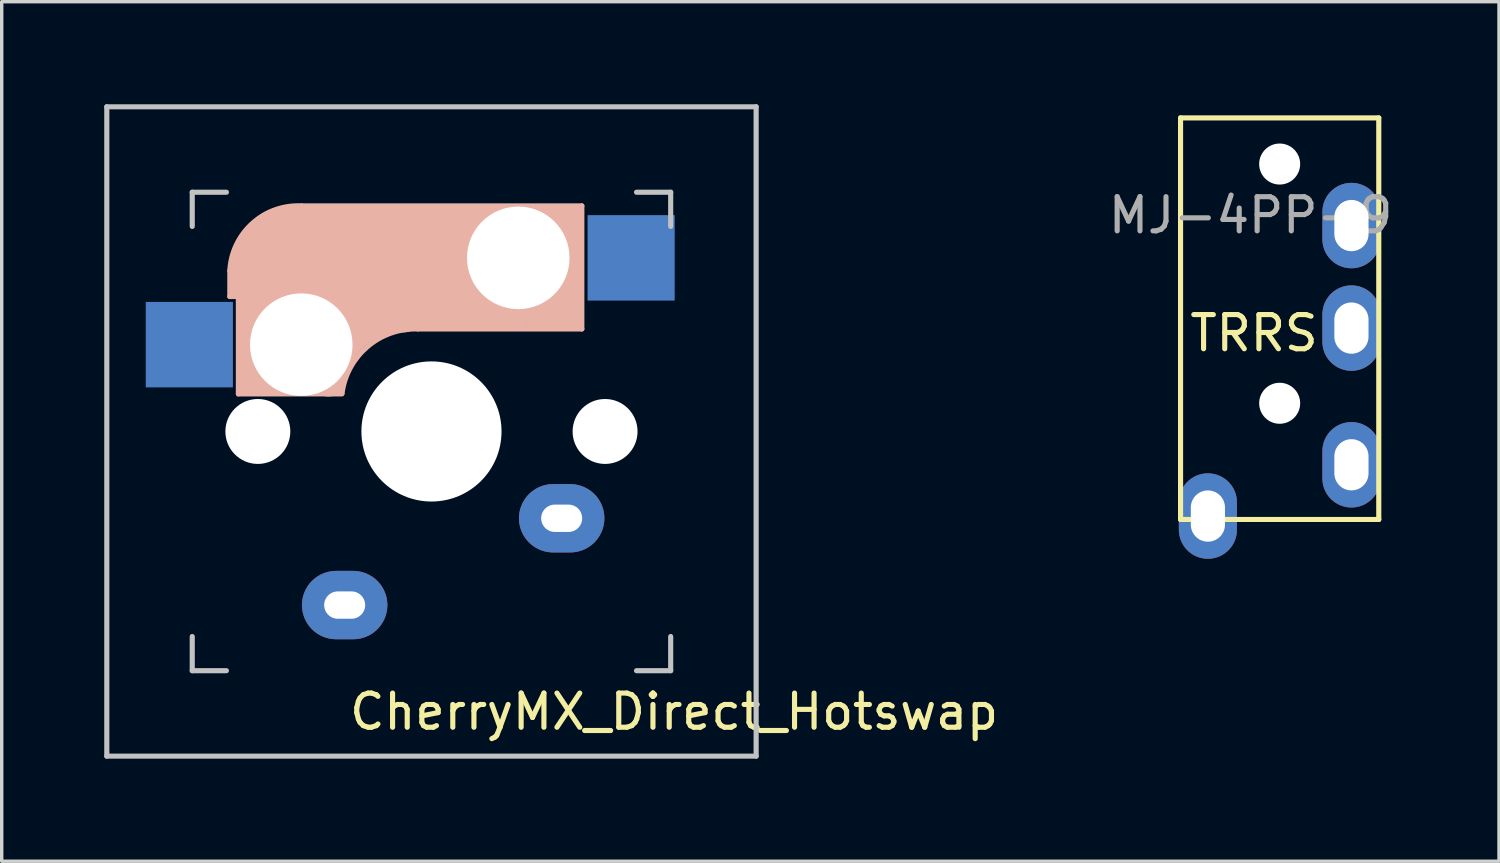
<source format=kicad_pcb>
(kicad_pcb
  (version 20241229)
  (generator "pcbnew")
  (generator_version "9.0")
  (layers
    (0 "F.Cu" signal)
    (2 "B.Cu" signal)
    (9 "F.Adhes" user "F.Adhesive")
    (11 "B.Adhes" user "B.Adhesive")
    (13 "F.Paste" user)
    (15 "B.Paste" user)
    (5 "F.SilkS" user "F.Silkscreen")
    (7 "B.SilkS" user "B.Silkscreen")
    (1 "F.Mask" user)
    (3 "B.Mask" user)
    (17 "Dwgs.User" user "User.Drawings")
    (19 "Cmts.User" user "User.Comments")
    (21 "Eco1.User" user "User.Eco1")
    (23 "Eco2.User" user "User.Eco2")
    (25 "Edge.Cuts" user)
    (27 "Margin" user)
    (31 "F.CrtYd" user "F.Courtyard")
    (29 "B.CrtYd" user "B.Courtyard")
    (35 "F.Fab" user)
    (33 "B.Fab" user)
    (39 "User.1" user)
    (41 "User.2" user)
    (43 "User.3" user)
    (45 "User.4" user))
  (footprint "CherryMX_Direct_Hotswap"
    (layer "F.Cu")
    (at 9.575 9.575)
    (property "Reference" "CherryMX_Direct_Hotswap" (at 7.1 8.2 0) (layer "F.SilkS") (effects (font (size 1 1) (thickness 0.15))))
    (attr through_hole)
    (fp_line (start -5.9 -4.7) (end -5.9 -3.95) (stroke (width 0.15) (type solid)) (layer "B.SilkS"))
    (fp_line (start -5.9 -3.95) (end -5.7 -3.95) (stroke (width 0.15) (type solid)) (layer "B.SilkS"))
    (fp_line (start -5.8 -4.05) (end -5.8 -4.7) (stroke (width 0.3) (type solid)) (layer "B.SilkS"))
    (fp_line (start -5.65 -5.55) (end -5.65 -1.1) (stroke (width 0.15) (type solid)) (layer "B.SilkS"))
    (fp_line (start -5.65 -1.1) (end -2.62 -1.1) (stroke (width 0.15) (type solid)) (layer "B.SilkS"))
    (fp_line (start -5.45 -1.3) (end -3 -1.3) (stroke (width 0.5) (type solid)) (layer "B.SilkS"))
    (fp_line (start -5.3 -1.6) (end -5.3 -3.4) (stroke (width 0.8) (type solid)) (layer "B.SilkS"))
    (fp_line (start -4.17 -5.1) (end -4.17 -2.86) (stroke (width 3) (type solid)) (layer "B.SilkS"))
    (fp_line (start -0.4 -3) (end 4.4 -3) (stroke (width 0.15) (type solid)) (layer "B.SilkS"))
    (fp_line (start 2.6 -4.8) (end -4.1 -4.8) (stroke (width 3.5) (type solid)) (layer "B.SilkS"))
    (fp_line (start 3.9 -6) (end 3.9 -3.5) (stroke (width 1) (type solid)) (layer "B.SilkS"))
    (fp_line (start 4.2 -3.25) (end 2.9 -3.3) (stroke (width 0.5) (type solid)) (layer "B.SilkS"))
    (fp_line (start 4.25 -6.4) (end 3 -6.4) (stroke (width 0.4) (type solid)) (layer "B.SilkS"))
    (fp_line (start 4.38 -4) (end 4.38 -6.25) (stroke (width 0.15) (type solid)) (layer "B.SilkS"))
    (fp_line (start 4.4 -6.6) (end -3.8 -6.6) (stroke (width 0.15) (type solid)) (layer "B.SilkS"))
    (fp_line (start 4.4 -3) (end 4.4 -6.6) (stroke (width 0.15) (type solid)) (layer "B.SilkS"))
    (fp_arc (start -5.9 -4.699999) (mid -5.243504 -6.084924) (end -3.800001 -6.6) (stroke (width 0.15) (type solid)) (layer "B.SilkS"))
    (fp_arc (start -3.016318 -1.521471) (mid -2.268709 -2.886118) (end -0.8 -3.4) (stroke (width 1) (type solid)) (layer "B.SilkS"))
    (fp_arc (start -2.616318 -1.121471) (mid -1.868709 -2.486118) (end -0.4 -3) (stroke (width 0.15) (type solid)) (layer "B.SilkS"))
    (fp_line (start -9.5 -9.5) (end 9.5 -9.5) (stroke (width 0.15) (type solid)) (layer "Dwgs.User"))
    (fp_line (start -9.5 9.5) (end -9.5 -9.5) (stroke (width 0.15) (type solid)) (layer "Dwgs.User"))
    (fp_line (start -7 -7) (end -6 -7) (stroke (width 0.15) (type solid)) (layer "Dwgs.User"))
    (fp_line (start -7 -6) (end -7 -7) (stroke (width 0.15) (type solid)) (layer "Dwgs.User"))
    (fp_line (start -7 6) (end -7 7) (stroke (width 0.15) (type solid)) (layer "Dwgs.User"))
    (fp_line (start -7 7) (end -6 7) (stroke (width 0.15) (type solid)) (layer "Dwgs.User"))
    (fp_line (start 6 7) (end 7 7) (stroke (width 0.15) (type solid)) (layer "Dwgs.User"))
    (fp_line (start 7 -7) (end 6 -7) (stroke (width 0.15) (type solid)) (layer "Dwgs.User"))
    (fp_line (start 7 -7) (end 7 -6) (stroke (width 0.15) (type solid)) (layer "Dwgs.User"))
    (fp_line (start 7 7) (end 7 6) (stroke (width 0.15) (type solid)) (layer "Dwgs.User"))
    (fp_line (start 9.5 -9.5) (end 9.5 9.5) (stroke (width 0.15) (type solid)) (layer "Dwgs.User"))
    (fp_line (start 9.5 9.5) (end -9.5 9.5) (stroke (width 0.15) (type solid)) (layer "Dwgs.User"))
    (pad "" np_thru_hole circle (at -5.08 0) (size 1.9 1.9) (drill 1.9) (layers "*.Cu" "*.Mask"))
    (pad "" np_thru_hole circle (at -3.81 -2.54) (size 3 3) (drill 3) (layers "*.Cu" "*.Mask"))
    (pad "" np_thru_hole circle (at 0 0 90) (size 4.1 4.1) (drill 4.1) (layers "*.Cu" "*.Mask"))
    (pad "" np_thru_hole circle (at 2.54 -5.08) (size 3 3) (drill 3) (layers "*.Cu" "*.Mask"))
    (pad "" np_thru_hole circle (at 5.08 0) (size 1.9 1.9) (drill 1.9) (layers "*.Cu" "*.Mask"))
    (pad "1" thru_hole oval (at 3.81 2.54 180) (size 2.5 2) (drill oval 1.2 0.8) (layers "*.Cu" "*.Mask"))
    (pad "1" smd rect (at 5.842 -5.08 180) (size 2.55 2.5) (layers "B.Cu" "B.Mask" "B.Paste"))
    (pad "2" smd rect (at -7.085 -2.54 180) (size 2.55 2.5) (layers "B.Cu" "B.Mask" "B.Paste"))
    (pad "2" thru_hole oval (at -2.54 5.08 180) (size 2.5 2) (drill oval 1.2 0.8) (layers "*.Cu" "*.Mask")))
  (footprint "MJ-4PP-9"
    (layer "F.Cu")
    (at 34.394 0.25)
    (property "Reference" "MJ-4PP-9" (at -0.85 3 0) (layer "F.Fab") (effects (font (size 1 1) (thickness 0.15))))
    (attr through_hole)
    (fp_line (start -2.9 0.15) (end 2.9 0.15) (stroke (width 0.15) (type solid)) (layer "F.SilkS"))
    (fp_line (start -2.9 11.9) (end -2.9 0.15) (stroke (width 0.15) (type solid)) (layer "F.SilkS"))
    (fp_line (start 2.9 0.15) (end 2.9 11.9) (stroke (width 0.15) (type solid)) (layer "F.SilkS"))
    (fp_line (start 2.9 11.9) (end -2.9 11.9) (stroke (width 0.15) (type solid)) (layer "F.SilkS"))
    (fp_text user "TRRS" (at -0.75 6.45 0) (layer "F.SilkS") (effects (font (size 1 1) (thickness 0.15))))
    (pad "" np_thru_hole circle (at 0 1.5) (size 1.2 1.2) (drill 1.2) (layers "*.Cu" "*.Mask"))
    (pad "" np_thru_hole circle (at 0 8.5) (size 1.2 1.2) (drill 1.2) (layers "*.Cu" "*.Mask"))
    (pad "A" thru_hole oval (at -2.1 11.8) (size 1.7 2.5) (drill oval 1 1.5) (layers "*.Cu" "B.Mask"))
    (pad "B" thru_hole oval (at 2.1 3.3) (size 1.7 2.5) (drill oval 1 1.5) (layers "*.Cu" "B.Mask"))
    (pad "C" thru_hole oval (at 2.1 6.3) (size 1.7 2.5) (drill oval 1 1.5) (layers "*.Cu" "B.Mask"))
    (pad "D" thru_hole oval (at 2.1 10.3) (size 1.7 2.5) (drill oval 1 1.5) (layers "*.Cu" "B.Mask")))
  (gr_rect
    (start -3 -3)
    (end 40.812 22.15)
    (stroke (width 0.1) (type default))
    (fill no)
    (layer "Edge.Cuts")))
</source>
